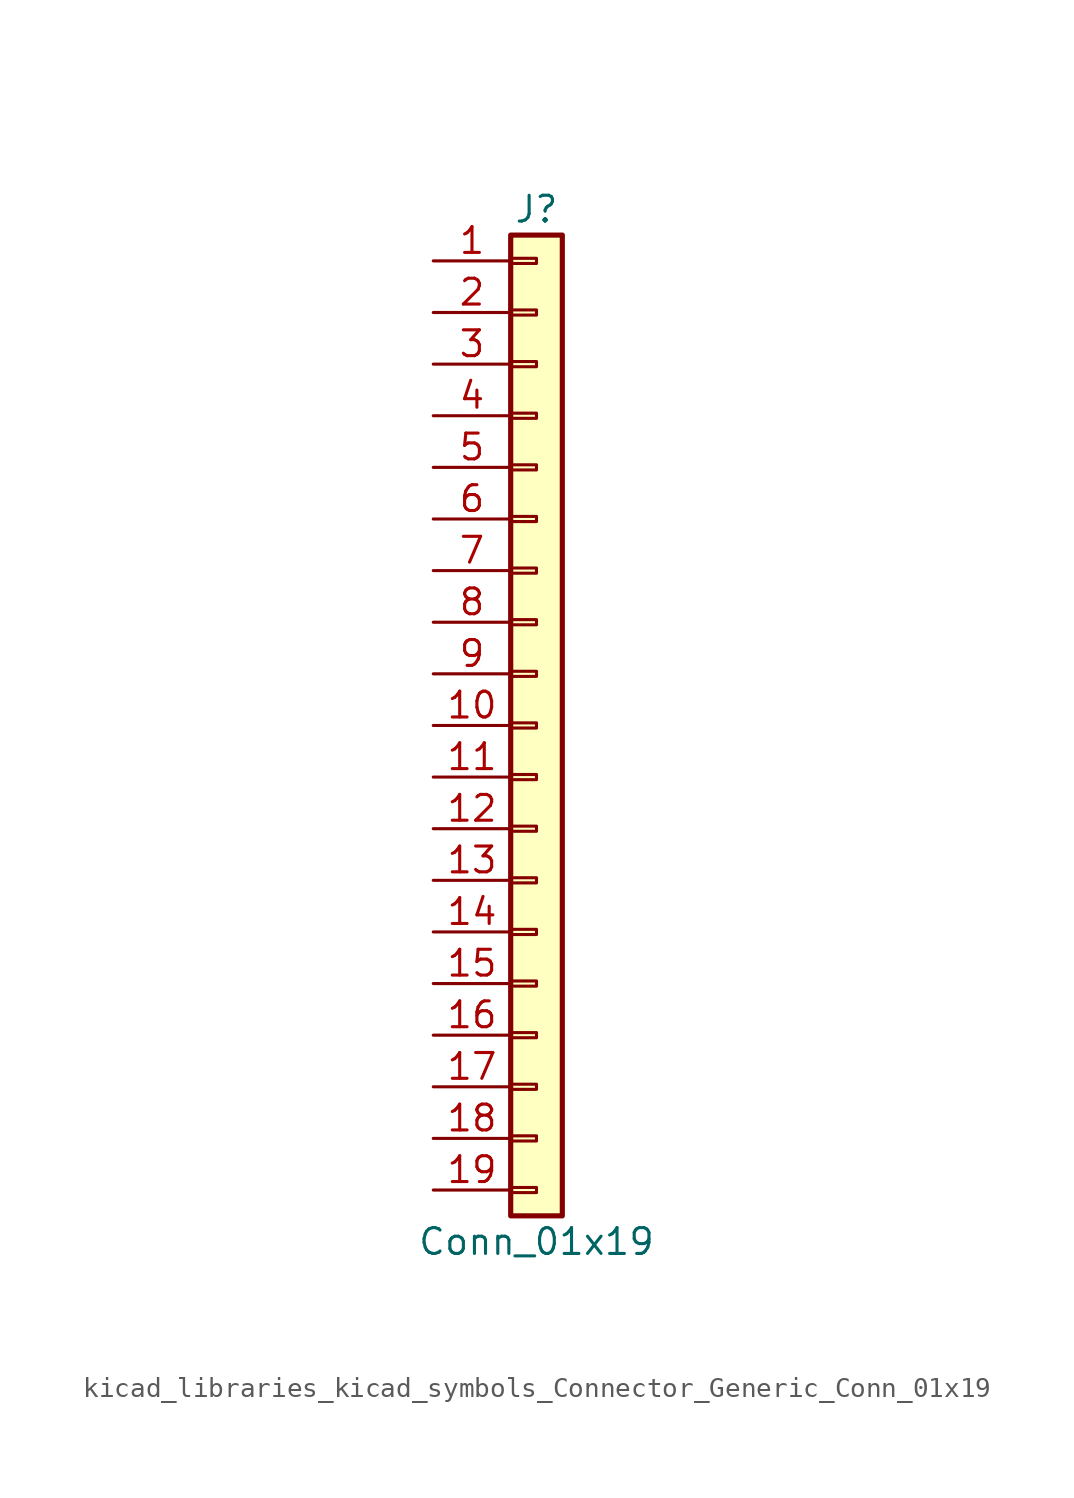
<source format=kicad_sym>
(kicad_symbol_lib
  (version 20220914)
  (generator kicad_symbol_editor)
  (symbol "kicad_libraries_kicad_symbols_Connector_Generic_Conn_01x19"
    (pin_names
      (offset 1.016) hide)
    (property "Reference" "J"
      (at 0 25.4 0)
      (effects (font (size 1.27 1.27))))
    (property "Value" "Conn_01x19"
      (at 0 -25.4 0)
      (effects (font (size 1.27 1.27))))
    (symbol "kicad_libraries_kicad_symbols_Connector_Generic_Conn_01x19_1_1"
      (rectangle (start -1.27 -22.733) (end 0 -22.987) (stroke (width 0.152) (type default)) (fill (type none)))
      (rectangle (start -1.27 -20.193) (end 0 -20.447) (stroke (width 0.152) (type default)) (fill (type none)))
      (rectangle (start -1.27 -17.653) (end 0 -17.907) (stroke (width 0.152) (type default)) (fill (type none)))
      (rectangle (start -1.27 -15.113) (end 0 -15.367) (stroke (width 0.152) (type default)) (fill (type none)))
      (rectangle (start -1.27 -12.573) (end 0 -12.827) (stroke (width 0.152) (type default)) (fill (type none)))
      (rectangle (start -1.27 -10.033) (end 0 -10.287) (stroke (width 0.152) (type default)) (fill (type none)))
      (rectangle (start -1.27 -7.493) (end 0 -7.747) (stroke (width 0.152) (type default)) (fill (type none)))
      (rectangle (start -1.27 -4.953) (end 0 -5.207) (stroke (width 0.152) (type default)) (fill (type none)))
      (rectangle (start -1.27 -2.413) (end 0 -2.667) (stroke (width 0.152) (type default)) (fill (type none)))
      (rectangle (start -1.27 0.127) (end 0 -0.127) (stroke (width 0.152) (type default)) (fill (type none)))
      (rectangle (start -1.27 2.667) (end 0 2.413) (stroke (width 0.152) (type default)) (fill (type none)))
      (rectangle (start -1.27 5.207) (end 0 4.953) (stroke (width 0.152) (type default)) (fill (type none)))
      (rectangle (start -1.27 7.747) (end 0 7.493) (stroke (width 0.152) (type default)) (fill (type none)))
      (rectangle (start -1.27 10.287) (end 0 10.033) (stroke (width 0.152) (type default)) (fill (type none)))
      (rectangle (start -1.27 12.827) (end 0 12.573) (stroke (width 0.152) (type default)) (fill (type none)))
      (rectangle (start -1.27 15.367) (end 0 15.113) (stroke (width 0.152) (type default)) (fill (type none)))
      (rectangle (start -1.27 17.907) (end 0 17.653) (stroke (width 0.152) (type default)) (fill (type none)))
      (rectangle (start -1.27 20.447) (end 0 20.193) (stroke (width 0.152) (type default)) (fill (type none)))
      (rectangle (start -1.27 22.987) (end 0 22.733) (stroke (width 0.152) (type default)) (fill (type none)))
      (rectangle (start -1.27 24.13) (end 1.27 -24.13) (stroke (width 0.254) (type default)) (fill (type background)))
      (pin passive line (at -5.08 22.86 0) (length 3.81) (name "Pin_1" (effects (font (size 1.27 1.27)))) (number "1" (effects (font (size 1.27 1.27)))))
      (pin passive line (at -5.08 0 0) (length 3.81) (name "Pin_10" (effects (font (size 1.27 1.27)))) (number "10" (effects (font (size 1.27 1.27)))))
      (pin passive line (at -5.08 -2.54 0) (length 3.81) (name "Pin_11" (effects (font (size 1.27 1.27)))) (number "11" (effects (font (size 1.27 1.27)))))
      (pin passive line (at -5.08 -5.08 0) (length 3.81) (name "Pin_12" (effects (font (size 1.27 1.27)))) (number "12" (effects (font (size 1.27 1.27)))))
      (pin passive line (at -5.08 -7.62 0) (length 3.81) (name "Pin_13" (effects (font (size 1.27 1.27)))) (number "13" (effects (font (size 1.27 1.27)))))
      (pin passive line (at -5.08 -10.16 0) (length 3.81) (name "Pin_14" (effects (font (size 1.27 1.27)))) (number "14" (effects (font (size 1.27 1.27)))))
      (pin passive line (at -5.08 -12.7 0) (length 3.81) (name "Pin_15" (effects (font (size 1.27 1.27)))) (number "15" (effects (font (size 1.27 1.27)))))
      (pin passive line (at -5.08 -15.24 0) (length 3.81) (name "Pin_16" (effects (font (size 1.27 1.27)))) (number "16" (effects (font (size 1.27 1.27)))))
      (pin passive line (at -5.08 -17.78 0) (length 3.81) (name "Pin_17" (effects (font (size 1.27 1.27)))) (number "17" (effects (font (size 1.27 1.27)))))
      (pin passive line (at -5.08 -20.32 0) (length 3.81) (name "Pin_18" (effects (font (size 1.27 1.27)))) (number "18" (effects (font (size 1.27 1.27)))))
      (pin passive line (at -5.08 -22.86 0) (length 3.81) (name "Pin_19" (effects (font (size 1.27 1.27)))) (number "19" (effects (font (size 1.27 1.27)))))
      (pin passive line (at -5.08 20.32 0) (length 3.81) (name "Pin_2" (effects (font (size 1.27 1.27)))) (number "2" (effects (font (size 1.27 1.27)))))
      (pin passive line (at -5.08 17.78 0) (length 3.81) (name "Pin_3" (effects (font (size 1.27 1.27)))) (number "3" (effects (font (size 1.27 1.27)))))
      (pin passive line (at -5.08 15.24 0) (length 3.81) (name "Pin_4" (effects (font (size 1.27 1.27)))) (number "4" (effects (font (size 1.27 1.27)))))
      (pin passive line (at -5.08 12.7 0) (length 3.81) (name "Pin_5" (effects (font (size 1.27 1.27)))) (number "5" (effects (font (size 1.27 1.27)))))
      (pin passive line (at -5.08 10.16 0) (length 3.81) (name "Pin_6" (effects (font (size 1.27 1.27)))) (number "6" (effects (font (size 1.27 1.27)))))
      (pin passive line (at -5.08 7.62 0) (length 3.81) (name "Pin_7" (effects (font (size 1.27 1.27)))) (number "7" (effects (font (size 1.27 1.27)))))
      (pin passive line (at -5.08 5.08 0) (length 3.81) (name "Pin_8" (effects (font (size 1.27 1.27)))) (number "8" (effects (font (size 1.27 1.27)))))
      (pin passive line (at -5.08 2.54 0) (length 3.81) (name "Pin_9" (effects (font (size 1.27 1.27)))) (number "9" (effects (font (size 1.27 1.27))))))))
</source>
